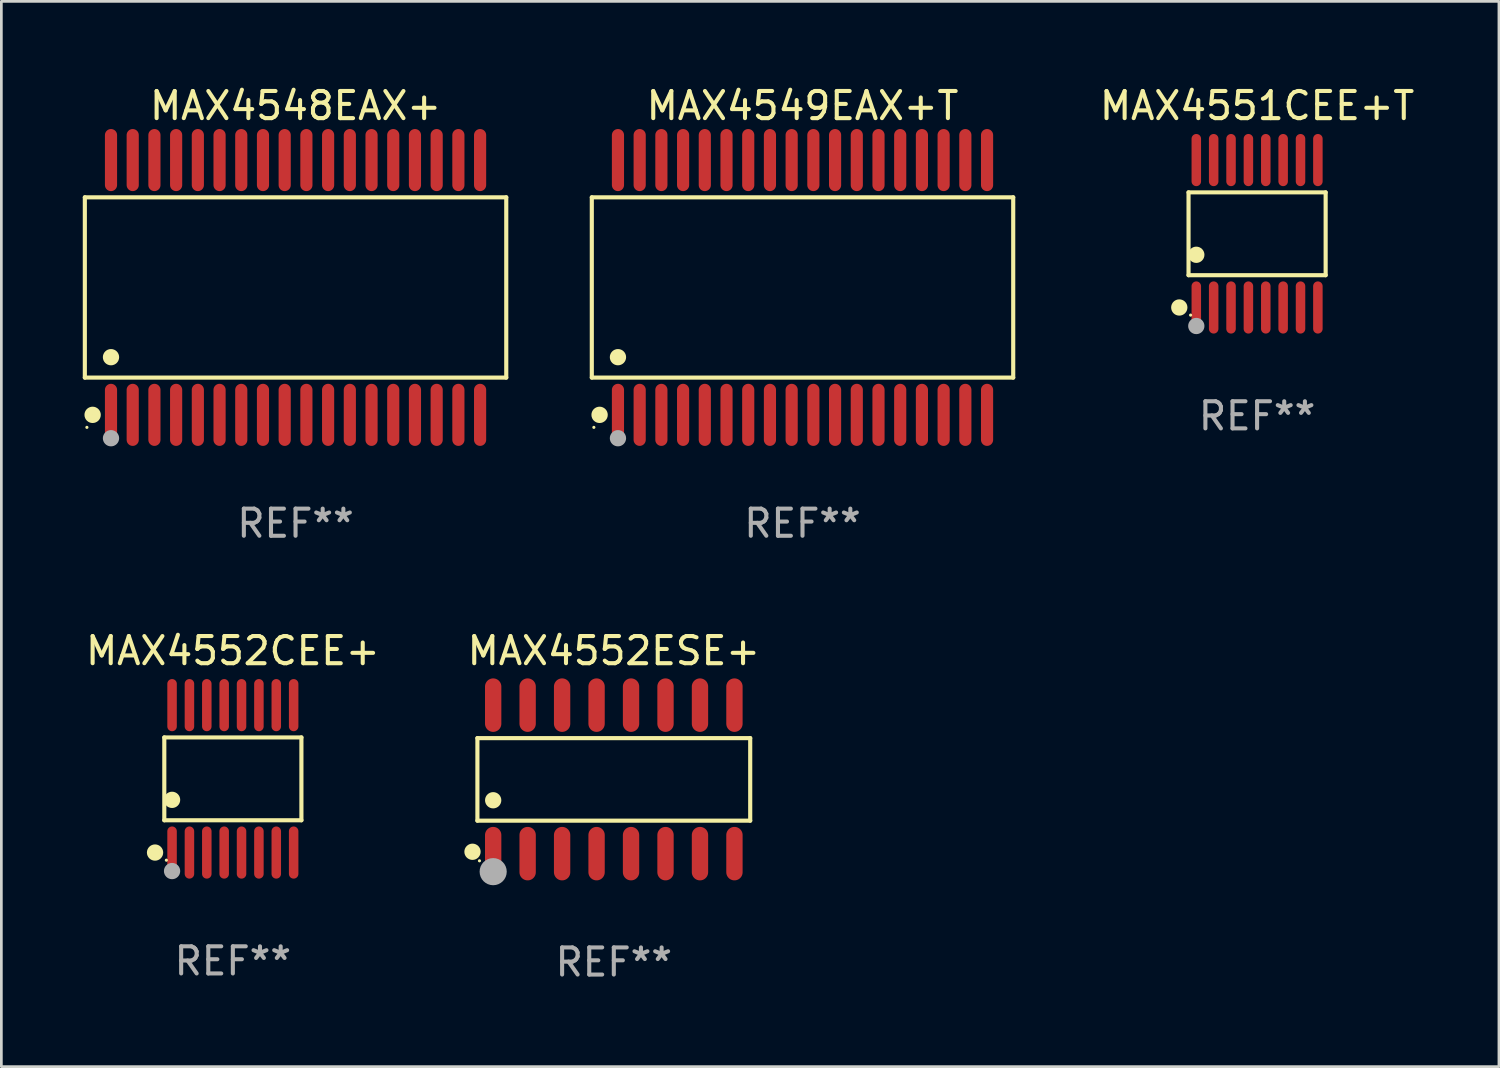
<source format=kicad_pcb>
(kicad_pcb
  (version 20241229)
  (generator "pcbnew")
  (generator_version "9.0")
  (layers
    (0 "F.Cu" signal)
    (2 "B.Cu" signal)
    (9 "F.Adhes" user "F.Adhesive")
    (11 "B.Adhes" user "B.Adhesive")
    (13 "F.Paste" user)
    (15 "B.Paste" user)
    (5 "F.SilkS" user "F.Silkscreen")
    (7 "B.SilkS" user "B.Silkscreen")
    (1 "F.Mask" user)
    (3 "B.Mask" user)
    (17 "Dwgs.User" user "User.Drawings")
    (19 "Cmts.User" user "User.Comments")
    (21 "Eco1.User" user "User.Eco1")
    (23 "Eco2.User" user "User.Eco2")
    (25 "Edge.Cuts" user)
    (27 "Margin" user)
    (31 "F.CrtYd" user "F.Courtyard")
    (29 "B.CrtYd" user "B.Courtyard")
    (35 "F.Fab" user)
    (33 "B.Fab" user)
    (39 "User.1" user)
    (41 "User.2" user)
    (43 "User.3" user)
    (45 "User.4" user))
  (footprint "MAX4551CEE+T"
    (layer "F.Cu")
    (at 43.27 5.564)
    (property "Reference" "MAX4551CEE+T" (at 0 -4.716 0) (layer "F.SilkS") (effects (font (size 1 1) (thickness 0.15))))
    (attr through_hole)
    (fp_line (start -2.526 -1.526) (end 2.526 -1.526) (stroke (width 0.152) (type solid)) (layer "F.SilkS"))
    (fp_line (start -2.526 1.526) (end -2.526 -1.526) (stroke (width 0.152) (type solid)) (layer "F.SilkS"))
    (fp_line (start 2.526 -1.526) (end 2.526 1.526) (stroke (width 0.152) (type solid)) (layer "F.SilkS"))
    (fp_line (start 2.526 1.526) (end -2.526 1.526) (stroke (width 0.152) (type solid)) (layer "F.SilkS"))
    (fp_circle (center -2.867 2.716) (end -2.717 2.716) (stroke (width 0.3) (type solid)) (fill no) (layer "F.SilkS"))
    (fp_circle (center -2.45 2.997) (end -2.42 2.997) (stroke (width 0.06) (type solid)) (fill no) (layer "F.SilkS"))
    (fp_circle (center -2.24 0.774) (end -2.09 0.774) (stroke (width 0.3) (type solid)) (fill no) (layer "F.SilkS"))
    (fp_circle (center -2.24 3.398) (end -2.09 3.398) (stroke (width 0.3) (type solid)) (fill no) (layer "F.Fab"))
    (fp_text user "REF**" (at 0 6.716 0) (layer "F.Fab") (effects (font (size 1 1) (thickness 0.15))))
    (pad "1" smd oval (at -2.24 2.716) (size 0.35 1.922) (layers "F.Cu" "F.Mask" "F.Paste"))
    (pad "2" smd oval (at -1.6 2.716) (size 0.35 1.922) (layers "F.Cu" "F.Mask" "F.Paste"))
    (pad "3" smd oval (at -0.96 2.716) (size 0.35 1.922) (layers "F.Cu" "F.Mask" "F.Paste"))
    (pad "4" smd oval (at -0.32 2.716) (size 0.35 1.922) (layers "F.Cu" "F.Mask" "F.Paste"))
    (pad "5" smd oval (at 0.32 2.716) (size 0.35 1.922) (layers "F.Cu" "F.Mask" "F.Paste"))
    (pad "6" smd oval (at 0.96 2.716) (size 0.35 1.922) (layers "F.Cu" "F.Mask" "F.Paste"))
    (pad "7" smd oval (at 1.6 2.716) (size 0.35 1.922) (layers "F.Cu" "F.Mask" "F.Paste"))
    (pad "8" smd oval (at 2.24 2.716) (size 0.35 1.922) (layers "F.Cu" "F.Mask" "F.Paste"))
    (pad "9" smd oval (at 2.24 -2.716) (size 0.35 1.922) (layers "F.Cu" "F.Mask" "F.Paste"))
    (pad "10" smd oval (at 1.6 -2.716) (size 0.35 1.922) (layers "F.Cu" "F.Mask" "F.Paste"))
    (pad "11" smd oval (at 0.96 -2.716) (size 0.35 1.922) (layers "F.Cu" "F.Mask" "F.Paste"))
    (pad "12" smd oval (at 0.32 -2.716) (size 0.35 1.922) (layers "F.Cu" "F.Mask" "F.Paste"))
    (pad "13" smd oval (at -0.32 -2.716) (size 0.35 1.922) (layers "F.Cu" "F.Mask" "F.Paste"))
    (pad "14" smd oval (at -0.96 -2.716) (size 0.35 1.922) (layers "F.Cu" "F.Mask" "F.Paste"))
    (pad "15" smd oval (at -1.6 -2.716) (size 0.35 1.922) (layers "F.Cu" "F.Mask" "F.Paste"))
    (pad "16" smd oval (at -2.24 -2.716) (size 0.35 1.922) (layers "F.Cu" "F.Mask" "F.Paste")))
  (footprint "MAX4548EAX+"
    (layer "F.Cu")
    (at 7.84 7.542)
    (property "Reference" "MAX4548EAX+" (at 0 -6.694 0) (layer "F.SilkS") (effects (font (size 1 1) (thickness 0.15))))
    (attr through_hole)
    (fp_line (start -7.764 -3.321) (end 7.764 -3.321) (stroke (width 0.152) (type solid)) (layer "F.SilkS"))
    (fp_line (start -7.764 3.321) (end -7.764 -3.321) (stroke (width 0.152) (type solid)) (layer "F.SilkS"))
    (fp_line (start 7.764 -3.321) (end 7.764 3.321) (stroke (width 0.152) (type solid)) (layer "F.SilkS"))
    (fp_line (start 7.764 3.321) (end -7.764 3.321) (stroke (width 0.152) (type solid)) (layer "F.SilkS"))
    (fp_circle (center -7.688 5.155) (end -7.658 5.155) (stroke (width 0.06) (type solid)) (fill no) (layer "F.SilkS"))
    (fp_circle (center -7.477 4.694) (end -7.326 4.694) (stroke (width 0.3) (type solid)) (fill no) (layer "F.SilkS"))
    (fp_circle (center -6.8 2.569) (end -6.65 2.569) (stroke (width 0.3) (type solid)) (fill no) (layer "F.SilkS"))
    (fp_circle (center -6.8 5.555) (end -6.65 5.555) (stroke (width 0.3) (type solid)) (fill no) (layer "F.Fab"))
    (fp_text user "REF**" (at 0 8.694 0) (layer "F.Fab") (effects (font (size 1 1) (thickness 0.15))))
    (pad "1" smd oval (at -6.8 4.694) (size 0.448 2.288) (layers "F.Cu" "F.Mask" "F.Paste"))
    (pad "2" smd oval (at -6 4.694) (size 0.448 2.288) (layers "F.Cu" "F.Mask" "F.Paste"))
    (pad "3" smd oval (at -5.2 4.694) (size 0.448 2.288) (layers "F.Cu" "F.Mask" "F.Paste"))
    (pad "4" smd oval (at -4.4 4.694) (size 0.448 2.288) (layers "F.Cu" "F.Mask" "F.Paste"))
    (pad "5" smd oval (at -3.6 4.694) (size 0.448 2.288) (layers "F.Cu" "F.Mask" "F.Paste"))
    (pad "6" smd oval (at -2.8 4.694) (size 0.448 2.288) (layers "F.Cu" "F.Mask" "F.Paste"))
    (pad "7" smd oval (at -2 4.694) (size 0.448 2.288) (layers "F.Cu" "F.Mask" "F.Paste"))
    (pad "8" smd oval (at -1.2 4.694) (size 0.448 2.288) (layers "F.Cu" "F.Mask" "F.Paste"))
    (pad "9" smd oval (at -0.4 4.694) (size 0.448 2.288) (layers "F.Cu" "F.Mask" "F.Paste"))
    (pad "10" smd oval (at 0.4 4.694) (size 0.448 2.288) (layers "F.Cu" "F.Mask" "F.Paste"))
    (pad "11" smd oval (at 1.2 4.694) (size 0.448 2.288) (layers "F.Cu" "F.Mask" "F.Paste"))
    (pad "12" smd oval (at 2 4.694) (size 0.448 2.288) (layers "F.Cu" "F.Mask" "F.Paste"))
    (pad "13" smd oval (at 2.8 4.694) (size 0.448 2.288) (layers "F.Cu" "F.Mask" "F.Paste"))
    (pad "14" smd oval (at 3.6 4.694) (size 0.448 2.288) (layers "F.Cu" "F.Mask" "F.Paste"))
    (pad "15" smd oval (at 4.4 4.694) (size 0.448 2.288) (layers "F.Cu" "F.Mask" "F.Paste"))
    (pad "16" smd oval (at 5.2 4.694) (size 0.448 2.288) (layers "F.Cu" "F.Mask" "F.Paste"))
    (pad "17" smd oval (at 6 4.694) (size 0.448 2.288) (layers "F.Cu" "F.Mask" "F.Paste"))
    (pad "18" smd oval (at 6.8 4.694) (size 0.448 2.288) (layers "F.Cu" "F.Mask" "F.Paste"))
    (pad "19" smd oval (at 6.8 -4.694) (size 0.448 2.288) (layers "F.Cu" "F.Mask" "F.Paste"))
    (pad "20" smd oval (at 6 -4.694) (size 0.448 2.288) (layers "F.Cu" "F.Mask" "F.Paste"))
    (pad "21" smd oval (at 5.2 -4.694) (size 0.448 2.288) (layers "F.Cu" "F.Mask" "F.Paste"))
    (pad "22" smd oval (at 4.4 -4.694) (size 0.448 2.288) (layers "F.Cu" "F.Mask" "F.Paste"))
    (pad "23" smd oval (at 3.6 -4.694) (size 0.448 2.288) (layers "F.Cu" "F.Mask" "F.Paste"))
    (pad "24" smd oval (at 2.8 -4.694) (size 0.448 2.288) (layers "F.Cu" "F.Mask" "F.Paste"))
    (pad "25" smd oval (at 2 -4.694) (size 0.448 2.288) (layers "F.Cu" "F.Mask" "F.Paste"))
    (pad "26" smd oval (at 1.2 -4.694) (size 0.448 2.288) (layers "F.Cu" "F.Mask" "F.Paste"))
    (pad "27" smd oval (at 0.4 -4.694) (size 0.448 2.288) (layers "F.Cu" "F.Mask" "F.Paste"))
    (pad "28" smd oval (at -0.4 -4.694) (size 0.448 2.288) (layers "F.Cu" "F.Mask" "F.Paste"))
    (pad "29" smd oval (at -1.2 -4.694) (size 0.448 2.288) (layers "F.Cu" "F.Mask" "F.Paste"))
    (pad "30" smd oval (at -2 -4.694) (size 0.448 2.288) (layers "F.Cu" "F.Mask" "F.Paste"))
    (pad "31" smd oval (at -2.8 -4.694) (size 0.448 2.288) (layers "F.Cu" "F.Mask" "F.Paste"))
    (pad "32" smd oval (at -3.6 -4.694) (size 0.448 2.288) (layers "F.Cu" "F.Mask" "F.Paste"))
    (pad "33" smd oval (at -4.4 -4.694) (size 0.448 2.288) (layers "F.Cu" "F.Mask" "F.Paste"))
    (pad "34" smd oval (at -5.2 -4.694) (size 0.448 2.288) (layers "F.Cu" "F.Mask" "F.Paste"))
    (pad "35" smd oval (at -6 -4.694) (size 0.448 2.288) (layers "F.Cu" "F.Mask" "F.Paste"))
    (pad "36" smd oval (at -6.8 -4.694) (size 0.448 2.288) (layers "F.Cu" "F.Mask" "F.Paste")))
  (footprint "MAX4552CEE+"
    (layer "F.Cu")
    (at 5.53 25.648)
    (property "Reference" "MAX4552CEE+" (at 0 -4.716 0) (layer "F.SilkS") (effects (font (size 1 1) (thickness 0.15))))
    (attr through_hole)
    (fp_line (start -2.526 -1.526) (end 2.526 -1.526) (stroke (width 0.152) (type solid)) (layer "F.SilkS"))
    (fp_line (start -2.526 1.526) (end -2.526 -1.526) (stroke (width 0.152) (type solid)) (layer "F.SilkS"))
    (fp_line (start 2.526 -1.526) (end 2.526 1.526) (stroke (width 0.152) (type solid)) (layer "F.SilkS"))
    (fp_line (start 2.526 1.526) (end -2.526 1.526) (stroke (width 0.152) (type solid)) (layer "F.SilkS"))
    (fp_circle (center -2.867 2.716) (end -2.717 2.716) (stroke (width 0.3) (type solid)) (fill no) (layer "F.SilkS"))
    (fp_circle (center -2.45 2.997) (end -2.42 2.997) (stroke (width 0.06) (type solid)) (fill no) (layer "F.SilkS"))
    (fp_circle (center -2.24 0.774) (end -2.09 0.774) (stroke (width 0.3) (type solid)) (fill no) (layer "F.SilkS"))
    (fp_circle (center -2.24 3.398) (end -2.09 3.398) (stroke (width 0.3) (type solid)) (fill no) (layer "F.Fab"))
    (fp_text user "REF**" (at 0 6.716 0) (layer "F.Fab") (effects (font (size 1 1) (thickness 0.15))))
    (pad "1" smd oval (at -2.24 2.716) (size 0.35 1.922) (layers "F.Cu" "F.Mask" "F.Paste"))
    (pad "2" smd oval (at -1.6 2.716) (size 0.35 1.922) (layers "F.Cu" "F.Mask" "F.Paste"))
    (pad "3" smd oval (at -0.96 2.716) (size 0.35 1.922) (layers "F.Cu" "F.Mask" "F.Paste"))
    (pad "4" smd oval (at -0.32 2.716) (size 0.35 1.922) (layers "F.Cu" "F.Mask" "F.Paste"))
    (pad "5" smd oval (at 0.32 2.716) (size 0.35 1.922) (layers "F.Cu" "F.Mask" "F.Paste"))
    (pad "6" smd oval (at 0.96 2.716) (size 0.35 1.922) (layers "F.Cu" "F.Mask" "F.Paste"))
    (pad "7" smd oval (at 1.6 2.716) (size 0.35 1.922) (layers "F.Cu" "F.Mask" "F.Paste"))
    (pad "8" smd oval (at 2.24 2.716) (size 0.35 1.922) (layers "F.Cu" "F.Mask" "F.Paste"))
    (pad "9" smd oval (at 2.24 -2.716) (size 0.35 1.922) (layers "F.Cu" "F.Mask" "F.Paste"))
    (pad "10" smd oval (at 1.6 -2.716) (size 0.35 1.922) (layers "F.Cu" "F.Mask" "F.Paste"))
    (pad "11" smd oval (at 0.96 -2.716) (size 0.35 1.922) (layers "F.Cu" "F.Mask" "F.Paste"))
    (pad "12" smd oval (at 0.32 -2.716) (size 0.35 1.922) (layers "F.Cu" "F.Mask" "F.Paste"))
    (pad "13" smd oval (at -0.32 -2.716) (size 0.35 1.922) (layers "F.Cu" "F.Mask" "F.Paste"))
    (pad "14" smd oval (at -0.96 -2.716) (size 0.35 1.922) (layers "F.Cu" "F.Mask" "F.Paste"))
    (pad "15" smd oval (at -1.6 -2.716) (size 0.35 1.922) (layers "F.Cu" "F.Mask" "F.Paste"))
    (pad "16" smd oval (at -2.24 -2.716) (size 0.35 1.922) (layers "F.Cu" "F.Mask" "F.Paste")))
  (footprint "MAX4549EAX+T"
    (layer "F.Cu")
    (at 26.52 7.542)
    (property "Reference" "MAX4549EAX+T" (at 0 -6.694 0) (layer "F.SilkS") (effects (font (size 1 1) (thickness 0.15))))
    (attr through_hole)
    (fp_line (start -7.764 -3.321) (end 7.764 -3.321) (stroke (width 0.152) (type solid)) (layer "F.SilkS"))
    (fp_line (start -7.764 3.321) (end -7.764 -3.321) (stroke (width 0.152) (type solid)) (layer "F.SilkS"))
    (fp_line (start 7.764 -3.321) (end 7.764 3.321) (stroke (width 0.152) (type solid)) (layer "F.SilkS"))
    (fp_line (start 7.764 3.321) (end -7.764 3.321) (stroke (width 0.152) (type solid)) (layer "F.SilkS"))
    (fp_circle (center -7.688 5.155) (end -7.658 5.155) (stroke (width 0.06) (type solid)) (fill no) (layer "F.SilkS"))
    (fp_circle (center -7.477 4.694) (end -7.326 4.694) (stroke (width 0.3) (type solid)) (fill no) (layer "F.SilkS"))
    (fp_circle (center -6.8 2.569) (end -6.65 2.569) (stroke (width 0.3) (type solid)) (fill no) (layer "F.SilkS"))
    (fp_circle (center -6.8 5.555) (end -6.65 5.555) (stroke (width 0.3) (type solid)) (fill no) (layer "F.Fab"))
    (fp_text user "REF**" (at 0 8.694 0) (layer "F.Fab") (effects (font (size 1 1) (thickness 0.15))))
    (pad "1" smd oval (at -6.8 4.694) (size 0.448 2.288) (layers "F.Cu" "F.Mask" "F.Paste"))
    (pad "2" smd oval (at -6 4.694) (size 0.448 2.288) (layers "F.Cu" "F.Mask" "F.Paste"))
    (pad "3" smd oval (at -5.2 4.694) (size 0.448 2.288) (layers "F.Cu" "F.Mask" "F.Paste"))
    (pad "4" smd oval (at -4.4 4.694) (size 0.448 2.288) (layers "F.Cu" "F.Mask" "F.Paste"))
    (pad "5" smd oval (at -3.6 4.694) (size 0.448 2.288) (layers "F.Cu" "F.Mask" "F.Paste"))
    (pad "6" smd oval (at -2.8 4.694) (size 0.448 2.288) (layers "F.Cu" "F.Mask" "F.Paste"))
    (pad "7" smd oval (at -2 4.694) (size 0.448 2.288) (layers "F.Cu" "F.Mask" "F.Paste"))
    (pad "8" smd oval (at -1.2 4.694) (size 0.448 2.288) (layers "F.Cu" "F.Mask" "F.Paste"))
    (pad "9" smd oval (at -0.4 4.694) (size 0.448 2.288) (layers "F.Cu" "F.Mask" "F.Paste"))
    (pad "10" smd oval (at 0.4 4.694) (size 0.448 2.288) (layers "F.Cu" "F.Mask" "F.Paste"))
    (pad "11" smd oval (at 1.2 4.694) (size 0.448 2.288) (layers "F.Cu" "F.Mask" "F.Paste"))
    (pad "12" smd oval (at 2 4.694) (size 0.448 2.288) (layers "F.Cu" "F.Mask" "F.Paste"))
    (pad "13" smd oval (at 2.8 4.694) (size 0.448 2.288) (layers "F.Cu" "F.Mask" "F.Paste"))
    (pad "14" smd oval (at 3.6 4.694) (size 0.448 2.288) (layers "F.Cu" "F.Mask" "F.Paste"))
    (pad "15" smd oval (at 4.4 4.694) (size 0.448 2.288) (layers "F.Cu" "F.Mask" "F.Paste"))
    (pad "16" smd oval (at 5.2 4.694) (size 0.448 2.288) (layers "F.Cu" "F.Mask" "F.Paste"))
    (pad "17" smd oval (at 6 4.694) (size 0.448 2.288) (layers "F.Cu" "F.Mask" "F.Paste"))
    (pad "18" smd oval (at 6.8 4.694) (size 0.448 2.288) (layers "F.Cu" "F.Mask" "F.Paste"))
    (pad "19" smd oval (at 6.8 -4.694) (size 0.448 2.288) (layers "F.Cu" "F.Mask" "F.Paste"))
    (pad "20" smd oval (at 6 -4.694) (size 0.448 2.288) (layers "F.Cu" "F.Mask" "F.Paste"))
    (pad "21" smd oval (at 5.2 -4.694) (size 0.448 2.288) (layers "F.Cu" "F.Mask" "F.Paste"))
    (pad "22" smd oval (at 4.4 -4.694) (size 0.448 2.288) (layers "F.Cu" "F.Mask" "F.Paste"))
    (pad "23" smd oval (at 3.6 -4.694) (size 0.448 2.288) (layers "F.Cu" "F.Mask" "F.Paste"))
    (pad "24" smd oval (at 2.8 -4.694) (size 0.448 2.288) (layers "F.Cu" "F.Mask" "F.Paste"))
    (pad "25" smd oval (at 2 -4.694) (size 0.448 2.288) (layers "F.Cu" "F.Mask" "F.Paste"))
    (pad "26" smd oval (at 1.2 -4.694) (size 0.448 2.288) (layers "F.Cu" "F.Mask" "F.Paste"))
    (pad "27" smd oval (at 0.4 -4.694) (size 0.448 2.288) (layers "F.Cu" "F.Mask" "F.Paste"))
    (pad "28" smd oval (at -0.4 -4.694) (size 0.448 2.288) (layers "F.Cu" "F.Mask" "F.Paste"))
    (pad "29" smd oval (at -1.2 -4.694) (size 0.448 2.288) (layers "F.Cu" "F.Mask" "F.Paste"))
    (pad "30" smd oval (at -2 -4.694) (size 0.448 2.288) (layers "F.Cu" "F.Mask" "F.Paste"))
    (pad "31" smd oval (at -2.8 -4.694) (size 0.448 2.288) (layers "F.Cu" "F.Mask" "F.Paste"))
    (pad "32" smd oval (at -3.6 -4.694) (size 0.448 2.288) (layers "F.Cu" "F.Mask" "F.Paste"))
    (pad "33" smd oval (at -4.4 -4.694) (size 0.448 2.288) (layers "F.Cu" "F.Mask" "F.Paste"))
    (pad "34" smd oval (at -5.2 -4.694) (size 0.448 2.288) (layers "F.Cu" "F.Mask" "F.Paste"))
    (pad "35" smd oval (at -6 -4.694) (size 0.448 2.288) (layers "F.Cu" "F.Mask" "F.Paste"))
    (pad "36" smd oval (at -6.8 -4.694) (size 0.448 2.288) (layers "F.Cu" "F.Mask" "F.Paste")))
  (footprint "MAX4552ESE+"
    (layer "F.Cu")
    (at 19.567 25.668)
    (property "Reference" "MAX4552ESE+" (at 0 -4.736 0) (layer "F.SilkS") (effects (font (size 1 1) (thickness 0.15))))
    (attr through_hole)
    (fp_line (start -5.026 -1.521) (end 5.026 -1.521) (stroke (width 0.152) (type solid)) (layer "F.SilkS"))
    (fp_line (start -5.026 1.521) (end -5.026 -1.521) (stroke (width 0.152) (type solid)) (layer "F.SilkS"))
    (fp_line (start 5.026 -1.521) (end 5.026 1.521) (stroke (width 0.152) (type solid)) (layer "F.SilkS"))
    (fp_line (start 5.026 1.521) (end -5.026 1.521) (stroke (width 0.152) (type solid)) (layer "F.SilkS"))
    (fp_circle (center -5.207 2.667) (end -5.057 2.667) (stroke (width 0.3) (type solid)) (fill no) (layer "F.SilkS"))
    (fp_circle (center -4.95 3) (end -4.92 3) (stroke (width 0.06) (type solid)) (fill no) (layer "F.SilkS"))
    (fp_circle (center -4.445 0.769) (end -4.295 0.769) (stroke (width 0.3) (type solid)) (fill no) (layer "F.SilkS"))
    (fp_circle (center -4.445 3.4) (end -4.195 3.4) (stroke (width 0.5) (type solid)) (fill no) (layer "F.Fab"))
    (fp_text user "REF**" (at 0 6.736 0) (layer "F.Fab") (effects (font (size 1 1) (thickness 0.15))))
    (pad "1" smd oval (at -4.445 2.736) (size 0.602 1.971) (layers "F.Cu" "F.Mask" "F.Paste"))
    (pad "2" smd oval (at -3.175 2.736) (size 0.602 1.971) (layers "F.Cu" "F.Mask" "F.Paste"))
    (pad "3" smd oval (at -1.905 2.736) (size 0.602 1.971) (layers "F.Cu" "F.Mask" "F.Paste"))
    (pad "4" smd oval (at -0.635 2.736) (size 0.602 1.971) (layers "F.Cu" "F.Mask" "F.Paste"))
    (pad "5" smd oval (at 0.635 2.736) (size 0.602 1.971) (layers "F.Cu" "F.Mask" "F.Paste"))
    (pad "6" smd oval (at 1.905 2.736) (size 0.602 1.971) (layers "F.Cu" "F.Mask" "F.Paste"))
    (pad "7" smd oval (at 3.175 2.736) (size 0.602 1.971) (layers "F.Cu" "F.Mask" "F.Paste"))
    (pad "8" smd oval (at 4.445 2.736) (size 0.602 1.971) (layers "F.Cu" "F.Mask" "F.Paste"))
    (pad "9" smd oval (at 4.445 -2.736) (size 0.602 1.971) (layers "F.Cu" "F.Mask" "F.Paste"))
    (pad "10" smd oval (at 3.175 -2.736) (size 0.602 1.971) (layers "F.Cu" "F.Mask" "F.Paste"))
    (pad "11" smd oval (at 1.905 -2.736) (size 0.602 1.971) (layers "F.Cu" "F.Mask" "F.Paste"))
    (pad "12" smd oval (at 0.635 -2.736) (size 0.602 1.971) (layers "F.Cu" "F.Mask" "F.Paste"))
    (pad "13" smd oval (at -0.635 -2.736) (size 0.602 1.971) (layers "F.Cu" "F.Mask" "F.Paste"))
    (pad "14" smd oval (at -1.905 -2.736) (size 0.602 1.971) (layers "F.Cu" "F.Mask" "F.Paste"))
    (pad "15" smd oval (at -3.175 -2.736) (size 0.602 1.971) (layers "F.Cu" "F.Mask" "F.Paste"))
    (pad "16" smd oval (at -4.445 -2.736) (size 0.602 1.971) (layers "F.Cu" "F.Mask" "F.Paste")))
  (gr_rect
    (start -3 -3)
    (end 52.181 36.252)
    (stroke (width 0.1) (type default))
    (fill no)
    (layer "Edge.Cuts")))
</source>
